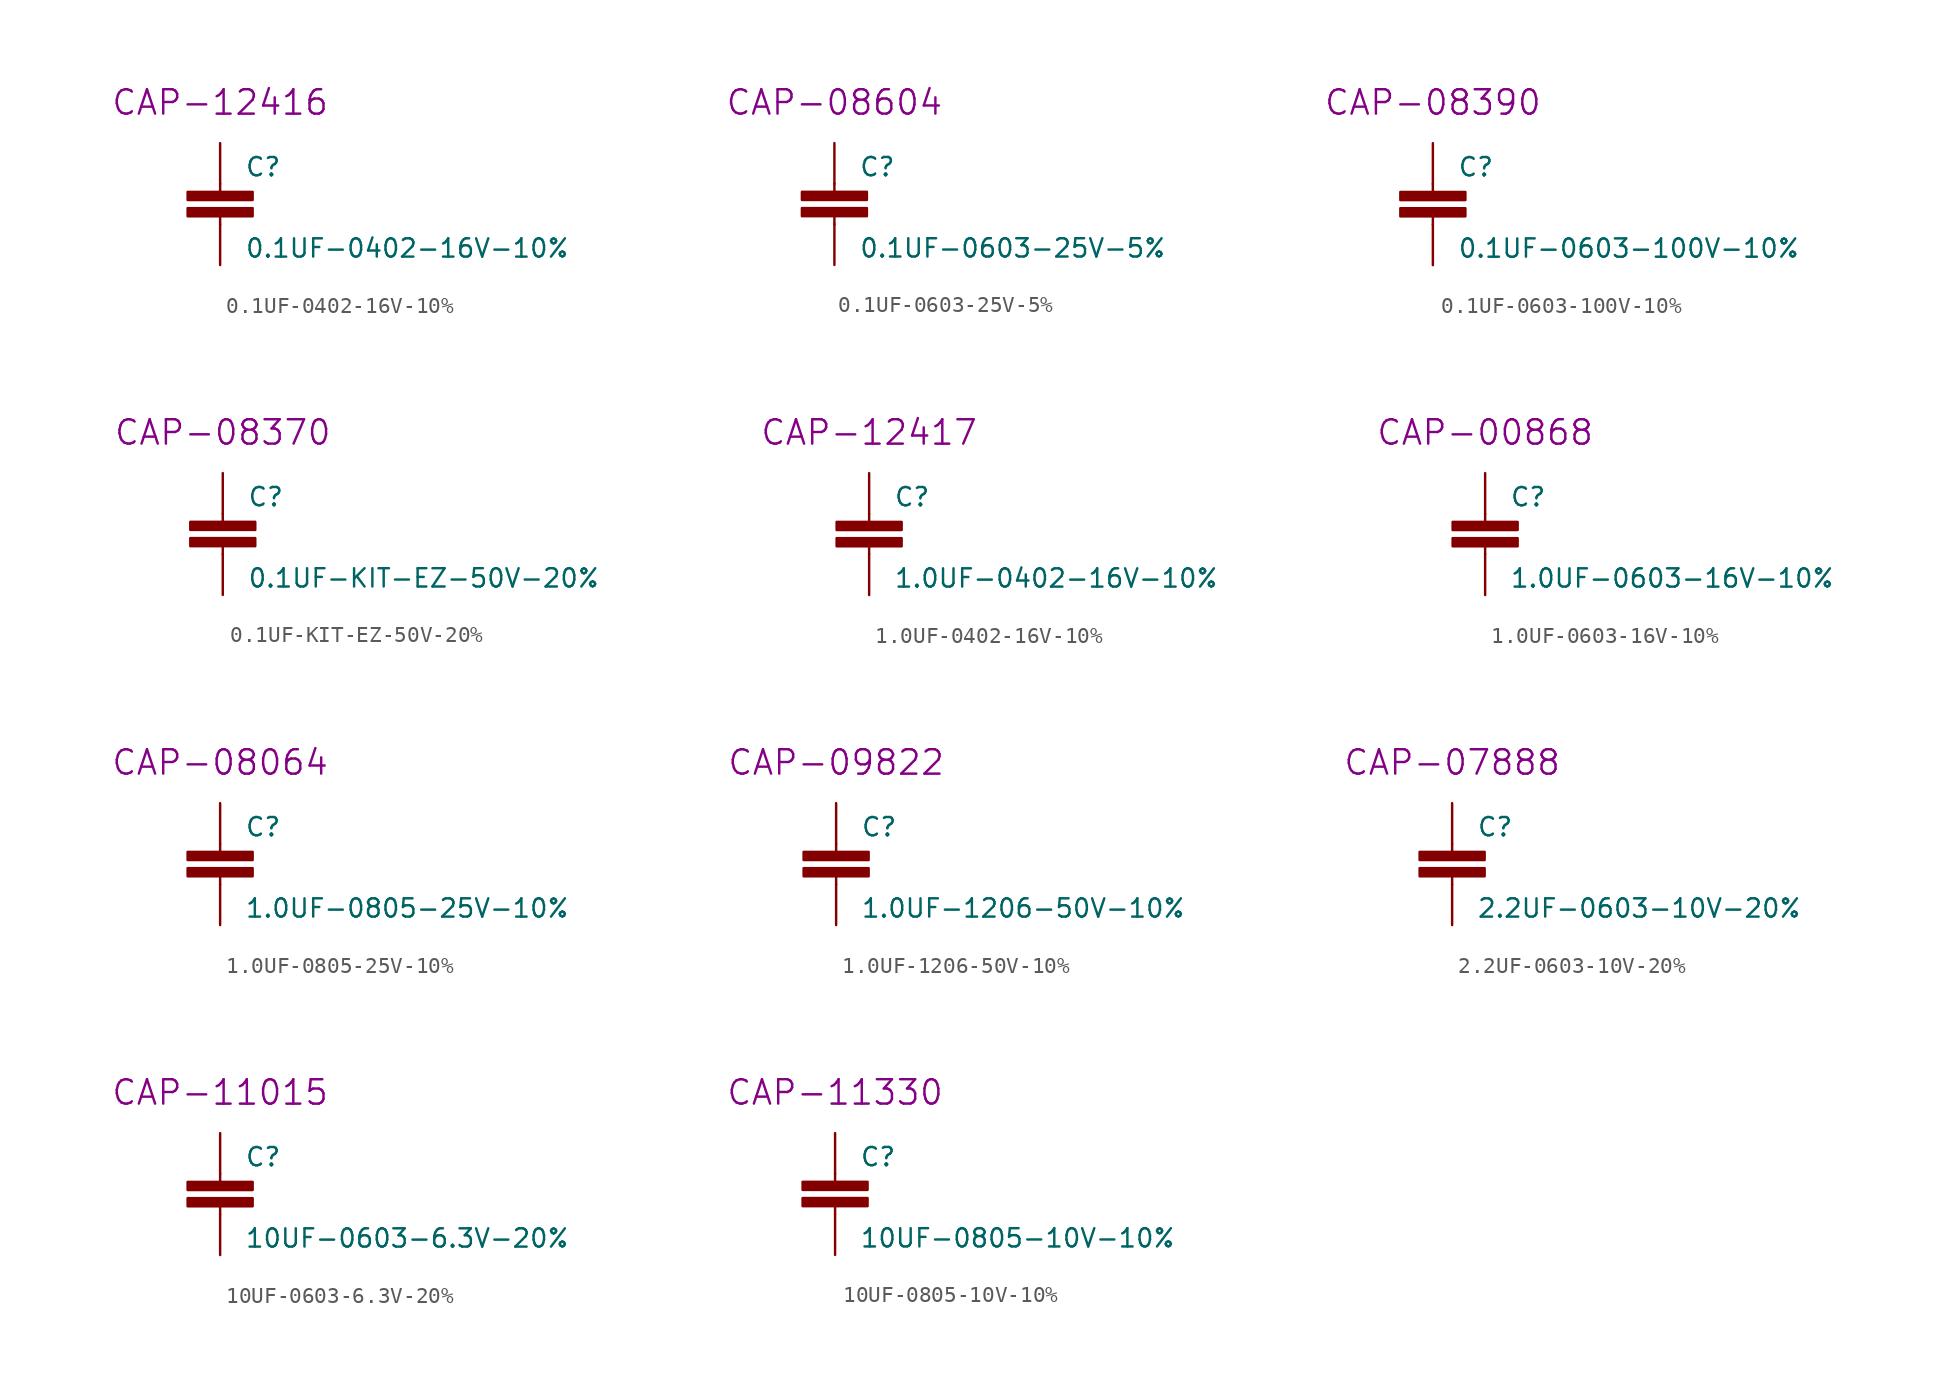
<source format=kicad_sym>
(kicad_symbol_lib
  (version 20211014)
  (generator kicad_symbol_editor)
  (symbol "0.1UF-0402-16V-10%"
    (pin_numbers hide)
    (pin_names
      (offset 1.016) hide)
    (property "Reference" "C"
      (at 1.524 2.921 0)
      (effects (font (size 1.143 1.143)) (justify left bottom)))
    (property "Value" "0.1UF-0402-16V-10%"
      (at 1.524 -2.159 0)
      (effects (font (size 1.143 1.143)) (justify left bottom)))
    (property "Field4" "CAP-12416"
      (at 0 7.62 0)
      (effects (font (size 1.524 1.524))))
    (property "ki_locked" ""
      (at 0 0 0)
      (effects (font (size 1.27 1.27))))
    (symbol "0.1UF-0402-16V-10%_1_0"
      (polyline (pts (xy 0 0) (xy 0 0.508)) (stroke (width 0) (type default) (color 0 0 0 0)) (fill (type none)))
      (polyline (pts (xy 0 2.54) (xy 0 2.032)) (stroke (width 0) (type default) (color 0 0 0 0)) (fill (type none))))
    (symbol "0.1UF-0402-16V-10%_1_1"
      (rectangle (start -2.032 0.508) (end 2.032 1.016) (stroke (width 0) (type default) (color 0 0 0 0)) (fill (type outline)))
      (rectangle (start -2.032 1.524) (end 2.032 2.032) (stroke (width 0) (type default) (color 0 0 0 0)) (fill (type outline)))
      (pin passive line (at 0 5.08 270) (length 2.54) (name "1" (effects (font (size 1.016 1.016)))) (number "1" (effects (font (size 1.016 1.016)))))
      (pin passive line (at 0 -2.54 90) (length 2.54) (name "2" (effects (font (size 1.016 1.016)))) (number "2" (effects (font (size 1.016 1.016)))))))
  (symbol "0.1UF-0603-25V-5%"
    (pin_numbers hide)
    (pin_names
      (offset 1.016) hide)
    (property "Reference" "C"
      (at 1.524 2.921 0)
      (effects (font (size 1.143 1.143)) (justify left bottom)))
    (property "Value" "0.1UF-0603-25V-5%"
      (at 1.524 -2.159 0)
      (effects (font (size 1.143 1.143)) (justify left bottom)))
    (property "Field4" "CAP-08604"
      (at 0 7.62 0)
      (effects (font (size 1.524 1.524))))
    (property "ki_locked" ""
      (at 0 0 0)
      (effects (font (size 1.27 1.27))))
    (symbol "0.1UF-0603-25V-5%_1_0"
      (polyline (pts (xy 0 0) (xy 0 0.508)) (stroke (width 0) (type default) (color 0 0 0 0)) (fill (type none)))
      (polyline (pts (xy 0 2.54) (xy 0 2.032)) (stroke (width 0) (type default) (color 0 0 0 0)) (fill (type none))))
    (symbol "0.1UF-0603-25V-5%_1_1"
      (rectangle (start -2.032 0.508) (end 2.032 1.016) (stroke (width 0) (type default) (color 0 0 0 0)) (fill (type outline)))
      (rectangle (start -2.032 1.524) (end 2.032 2.032) (stroke (width 0) (type default) (color 0 0 0 0)) (fill (type outline)))
      (pin passive line (at 0 5.08 270) (length 2.54) (name "1" (effects (font (size 1.016 1.016)))) (number "1" (effects (font (size 1.016 1.016)))))
      (pin passive line (at 0 -2.54 90) (length 2.54) (name "2" (effects (font (size 1.016 1.016)))) (number "2" (effects (font (size 1.016 1.016)))))))
  (symbol "0.1UF-0603-100V-10%"
    (pin_numbers hide)
    (pin_names
      (offset 1.016) hide)
    (property "Reference" "C"
      (at 1.524 2.921 0)
      (effects (font (size 1.143 1.143)) (justify left bottom)))
    (property "Value" "0.1UF-0603-100V-10%"
      (at 1.524 -2.159 0)
      (effects (font (size 1.143 1.143)) (justify left bottom)))
    (property "Field4" "CAP-08390"
      (at 0 7.62 0)
      (effects (font (size 1.524 1.524))))
    (property "ki_locked" ""
      (at 0 0 0)
      (effects (font (size 1.27 1.27))))
    (symbol "0.1UF-0603-100V-10%_1_0"
      (polyline (pts (xy 0 0) (xy 0 0.508)) (stroke (width 0) (type default) (color 0 0 0 0)) (fill (type none)))
      (polyline (pts (xy 0 2.54) (xy 0 2.032)) (stroke (width 0) (type default) (color 0 0 0 0)) (fill (type none))))
    (symbol "0.1UF-0603-100V-10%_1_1"
      (rectangle (start -2.032 0.508) (end 2.032 1.016) (stroke (width 0) (type default) (color 0 0 0 0)) (fill (type outline)))
      (rectangle (start -2.032 1.524) (end 2.032 2.032) (stroke (width 0) (type default) (color 0 0 0 0)) (fill (type outline)))
      (pin passive line (at 0 5.08 270) (length 2.54) (name "1" (effects (font (size 1.016 1.016)))) (number "1" (effects (font (size 1.016 1.016)))))
      (pin passive line (at 0 -2.54 90) (length 2.54) (name "2" (effects (font (size 1.016 1.016)))) (number "2" (effects (font (size 1.016 1.016)))))))
  (symbol "0.1UF-KIT-EZ-50V-20%"
    (pin_numbers hide)
    (pin_names
      (offset 1.016) hide)
    (property "Reference" "C"
      (at 1.524 2.921 0)
      (effects (font (size 1.143 1.143)) (justify left bottom)))
    (property "Value" "0.1UF-KIT-EZ-50V-20%"
      (at 1.524 -2.159 0)
      (effects (font (size 1.143 1.143)) (justify left bottom)))
    (property "Field4" "CAP-08370"
      (at 0 7.62 0)
      (effects (font (size 1.524 1.524))))
    (property "ki_locked" ""
      (at 0 0 0)
      (effects (font (size 1.27 1.27))))
    (symbol "0.1UF-KIT-EZ-50V-20%_1_0"
      (polyline (pts (xy 0 0) (xy 0 0.508)) (stroke (width 0) (type default) (color 0 0 0 0)) (fill (type none)))
      (polyline (pts (xy 0 2.54) (xy 0 2.032)) (stroke (width 0) (type default) (color 0 0 0 0)) (fill (type none))))
    (symbol "0.1UF-KIT-EZ-50V-20%_1_1"
      (rectangle (start -2.032 0.508) (end 2.032 1.016) (stroke (width 0) (type default) (color 0 0 0 0)) (fill (type outline)))
      (rectangle (start -2.032 1.524) (end 2.032 2.032) (stroke (width 0) (type default) (color 0 0 0 0)) (fill (type outline)))
      (pin passive line (at 0 5.08 270) (length 2.54) (name "1" (effects (font (size 1.016 1.016)))) (number "1" (effects (font (size 1.016 1.016)))))
      (pin passive line (at 0 -2.54 90) (length 2.54) (name "2" (effects (font (size 1.016 1.016)))) (number "2" (effects (font (size 1.016 1.016)))))))
  (symbol "1.0UF-0402-16V-10%"
    (pin_numbers hide)
    (pin_names
      (offset 1.016) hide)
    (property "Reference" "C"
      (at 1.524 2.921 0)
      (effects (font (size 1.143 1.143)) (justify left bottom)))
    (property "Value" "1.0UF-0402-16V-10%"
      (at 1.524 -2.159 0)
      (effects (font (size 1.143 1.143)) (justify left bottom)))
    (property "Field4" "CAP-12417"
      (at 0 7.62 0)
      (effects (font (size 1.524 1.524))))
    (property "ki_locked" ""
      (at 0 0 0)
      (effects (font (size 1.27 1.27))))
    (symbol "1.0UF-0402-16V-10%_1_0"
      (polyline (pts (xy 0 0) (xy 0 0.508)) (stroke (width 0) (type default) (color 0 0 0 0)) (fill (type none)))
      (polyline (pts (xy 0 2.54) (xy 0 2.032)) (stroke (width 0) (type default) (color 0 0 0 0)) (fill (type none))))
    (symbol "1.0UF-0402-16V-10%_1_1"
      (rectangle (start -2.032 0.508) (end 2.032 1.016) (stroke (width 0) (type default) (color 0 0 0 0)) (fill (type outline)))
      (rectangle (start -2.032 1.524) (end 2.032 2.032) (stroke (width 0) (type default) (color 0 0 0 0)) (fill (type outline)))
      (pin passive line (at 0 5.08 270) (length 2.54) (name "1" (effects (font (size 1.016 1.016)))) (number "1" (effects (font (size 1.016 1.016)))))
      (pin passive line (at 0 -2.54 90) (length 2.54) (name "2" (effects (font (size 1.016 1.016)))) (number "2" (effects (font (size 1.016 1.016)))))))
  (symbol "1.0UF-0603-16V-10%"
    (pin_numbers hide)
    (pin_names
      (offset 1.016) hide)
    (property "Reference" "C"
      (at 1.524 2.921 0)
      (effects (font (size 1.143 1.143)) (justify left bottom)))
    (property "Value" "1.0UF-0603-16V-10%"
      (at 1.524 -2.159 0)
      (effects (font (size 1.143 1.143)) (justify left bottom)))
    (property "Field4" "CAP-00868"
      (at 0 7.62 0)
      (effects (font (size 1.524 1.524))))
    (property "ki_locked" ""
      (at 0 0 0)
      (effects (font (size 1.27 1.27))))
    (symbol "1.0UF-0603-16V-10%_1_0"
      (polyline (pts (xy 0 0) (xy 0 0.508)) (stroke (width 0) (type default) (color 0 0 0 0)) (fill (type none)))
      (polyline (pts (xy 0 2.54) (xy 0 2.032)) (stroke (width 0) (type default) (color 0 0 0 0)) (fill (type none))))
    (symbol "1.0UF-0603-16V-10%_1_1"
      (rectangle (start -2.032 0.508) (end 2.032 1.016) (stroke (width 0) (type default) (color 0 0 0 0)) (fill (type outline)))
      (rectangle (start -2.032 1.524) (end 2.032 2.032) (stroke (width 0) (type default) (color 0 0 0 0)) (fill (type outline)))
      (pin passive line (at 0 5.08 270) (length 2.54) (name "1" (effects (font (size 1.016 1.016)))) (number "1" (effects (font (size 1.016 1.016)))))
      (pin passive line (at 0 -2.54 90) (length 2.54) (name "2" (effects (font (size 1.016 1.016)))) (number "2" (effects (font (size 1.016 1.016)))))))
  (symbol "1.0UF-0805-25V-10%"
    (pin_numbers hide)
    (pin_names
      (offset 1.016) hide)
    (property "Reference" "C"
      (at 1.524 2.921 0)
      (effects (font (size 1.143 1.143)) (justify left bottom)))
    (property "Value" "1.0UF-0805-25V-10%"
      (at 1.524 -2.159 0)
      (effects (font (size 1.143 1.143)) (justify left bottom)))
    (property "Field4" "CAP-08064"
      (at 0 7.62 0)
      (effects (font (size 1.524 1.524))))
    (property "ki_locked" ""
      (at 0 0 0)
      (effects (font (size 1.27 1.27))))
    (symbol "1.0UF-0805-25V-10%_1_0"
      (polyline (pts (xy 0 0) (xy 0 0.508)) (stroke (width 0) (type default) (color 0 0 0 0)) (fill (type none)))
      (polyline (pts (xy 0 2.54) (xy 0 2.032)) (stroke (width 0) (type default) (color 0 0 0 0)) (fill (type none))))
    (symbol "1.0UF-0805-25V-10%_1_1"
      (rectangle (start -2.032 0.508) (end 2.032 1.016) (stroke (width 0) (type default) (color 0 0 0 0)) (fill (type outline)))
      (rectangle (start -2.032 1.524) (end 2.032 2.032) (stroke (width 0) (type default) (color 0 0 0 0)) (fill (type outline)))
      (pin passive line (at 0 5.08 270) (length 2.54) (name "1" (effects (font (size 1.016 1.016)))) (number "1" (effects (font (size 1.016 1.016)))))
      (pin passive line (at 0 -2.54 90) (length 2.54) (name "2" (effects (font (size 1.016 1.016)))) (number "2" (effects (font (size 1.016 1.016)))))))
  (symbol "1.0UF-1206-50V-10%"
    (pin_numbers hide)
    (pin_names
      (offset 1.016) hide)
    (property "Reference" "C"
      (at 1.524 2.921 0)
      (effects (font (size 1.143 1.143)) (justify left bottom)))
    (property "Value" "1.0UF-1206-50V-10%"
      (at 1.524 -2.159 0)
      (effects (font (size 1.143 1.143)) (justify left bottom)))
    (property "Field4" "CAP-09822"
      (at 0 7.62 0)
      (effects (font (size 1.524 1.524))))
    (property "ki_locked" ""
      (at 0 0 0)
      (effects (font (size 1.27 1.27))))
    (symbol "1.0UF-1206-50V-10%_1_0"
      (polyline (pts (xy 0 0) (xy 0 0.508)) (stroke (width 0) (type default) (color 0 0 0 0)) (fill (type none)))
      (polyline (pts (xy 0 2.54) (xy 0 2.032)) (stroke (width 0) (type default) (color 0 0 0 0)) (fill (type none))))
    (symbol "1.0UF-1206-50V-10%_1_1"
      (rectangle (start -2.032 0.508) (end 2.032 1.016) (stroke (width 0) (type default) (color 0 0 0 0)) (fill (type outline)))
      (rectangle (start -2.032 1.524) (end 2.032 2.032) (stroke (width 0) (type default) (color 0 0 0 0)) (fill (type outline)))
      (pin passive line (at 0 5.08 270) (length 2.54) (name "1" (effects (font (size 1.016 1.016)))) (number "1" (effects (font (size 1.016 1.016)))))
      (pin passive line (at 0 -2.54 90) (length 2.54) (name "2" (effects (font (size 1.016 1.016)))) (number "2" (effects (font (size 1.016 1.016)))))))
  (symbol "2.2UF-0603-10V-20%"
    (pin_numbers hide)
    (pin_names
      (offset 1.016) hide)
    (property "Reference" "C"
      (at 1.524 2.921 0)
      (effects (font (size 1.143 1.143)) (justify left bottom)))
    (property "Value" "2.2UF-0603-10V-20%"
      (at 1.524 -2.159 0)
      (effects (font (size 1.143 1.143)) (justify left bottom)))
    (property "Field4" "CAP-07888"
      (at 0 7.62 0)
      (effects (font (size 1.524 1.524))))
    (property "ki_locked" ""
      (at 0 0 0)
      (effects (font (size 1.27 1.27))))
    (symbol "2.2UF-0603-10V-20%_1_0"
      (polyline (pts (xy 0 0) (xy 0 0.508)) (stroke (width 0) (type default) (color 0 0 0 0)) (fill (type none)))
      (polyline (pts (xy 0 2.54) (xy 0 2.032)) (stroke (width 0) (type default) (color 0 0 0 0)) (fill (type none))))
    (symbol "2.2UF-0603-10V-20%_1_1"
      (rectangle (start -2.032 0.508) (end 2.032 1.016) (stroke (width 0) (type default) (color 0 0 0 0)) (fill (type outline)))
      (rectangle (start -2.032 1.524) (end 2.032 2.032) (stroke (width 0) (type default) (color 0 0 0 0)) (fill (type outline)))
      (pin passive line (at 0 5.08 270) (length 2.54) (name "1" (effects (font (size 1.016 1.016)))) (number "1" (effects (font (size 1.016 1.016)))))
      (pin passive line (at 0 -2.54 90) (length 2.54) (name "2" (effects (font (size 1.016 1.016)))) (number "2" (effects (font (size 1.016 1.016)))))))
  (symbol "10UF-0603-6.3V-20%"
    (pin_numbers hide)
    (pin_names
      (offset 1.016) hide)
    (property "Reference" "C"
      (at 1.524 2.921 0)
      (effects (font (size 1.143 1.143)) (justify left bottom)))
    (property "Value" "10UF-0603-6.3V-20%"
      (at 1.524 -2.159 0)
      (effects (font (size 1.143 1.143)) (justify left bottom)))
    (property "Field4" "CAP-11015"
      (at 0 7.62 0)
      (effects (font (size 1.524 1.524))))
    (property "ki_locked" ""
      (at 0 0 0)
      (effects (font (size 1.27 1.27))))
    (symbol "10UF-0603-6.3V-20%_1_0"
      (polyline (pts (xy 0 0) (xy 0 0.508)) (stroke (width 0) (type default) (color 0 0 0 0)) (fill (type none)))
      (polyline (pts (xy 0 2.54) (xy 0 2.032)) (stroke (width 0) (type default) (color 0 0 0 0)) (fill (type none))))
    (symbol "10UF-0603-6.3V-20%_1_1"
      (rectangle (start -2.032 0.508) (end 2.032 1.016) (stroke (width 0) (type default) (color 0 0 0 0)) (fill (type outline)))
      (rectangle (start -2.032 1.524) (end 2.032 2.032) (stroke (width 0) (type default) (color 0 0 0 0)) (fill (type outline)))
      (pin passive line (at 0 5.08 270) (length 2.54) (name "1" (effects (font (size 1.016 1.016)))) (number "1" (effects (font (size 1.016 1.016)))))
      (pin passive line (at 0 -2.54 90) (length 2.54) (name "2" (effects (font (size 1.016 1.016)))) (number "2" (effects (font (size 1.016 1.016)))))))
  (symbol "10UF-0805-10V-10%"
    (pin_numbers hide)
    (pin_names
      (offset 1.016) hide)
    (property "Reference" "C"
      (at 1.524 2.921 0)
      (effects (font (size 1.143 1.143)) (justify left bottom)))
    (property "Value" "10UF-0805-10V-10%"
      (at 1.524 -2.159 0)
      (effects (font (size 1.143 1.143)) (justify left bottom)))
    (property "Field4" "CAP-11330"
      (at 0 7.62 0)
      (effects (font (size 1.524 1.524))))
    (property "ki_locked" ""
      (at 0 0 0)
      (effects (font (size 1.27 1.27))))
    (symbol "10UF-0805-10V-10%_1_0"
      (polyline (pts (xy 0 0) (xy 0 0.508)) (stroke (width 0) (type default) (color 0 0 0 0)) (fill (type none)))
      (polyline (pts (xy 0 2.54) (xy 0 2.032)) (stroke (width 0) (type default) (color 0 0 0 0)) (fill (type none))))
    (symbol "10UF-0805-10V-10%_1_1"
      (rectangle (start -2.032 0.508) (end 2.032 1.016) (stroke (width 0) (type default) (color 0 0 0 0)) (fill (type outline)))
      (rectangle (start -2.032 1.524) (end 2.032 2.032) (stroke (width 0) (type default) (color 0 0 0 0)) (fill (type outline)))
      (pin passive line (at 0 5.08 270) (length 2.54) (name "1" (effects (font (size 1.016 1.016)))) (number "1" (effects (font (size 1.016 1.016)))))
      (pin passive line (at 0 -2.54 90) (length 2.54) (name "2" (effects (font (size 1.016 1.016)))) (number "2" (effects (font (size 1.016 1.016))))))))
</source>
